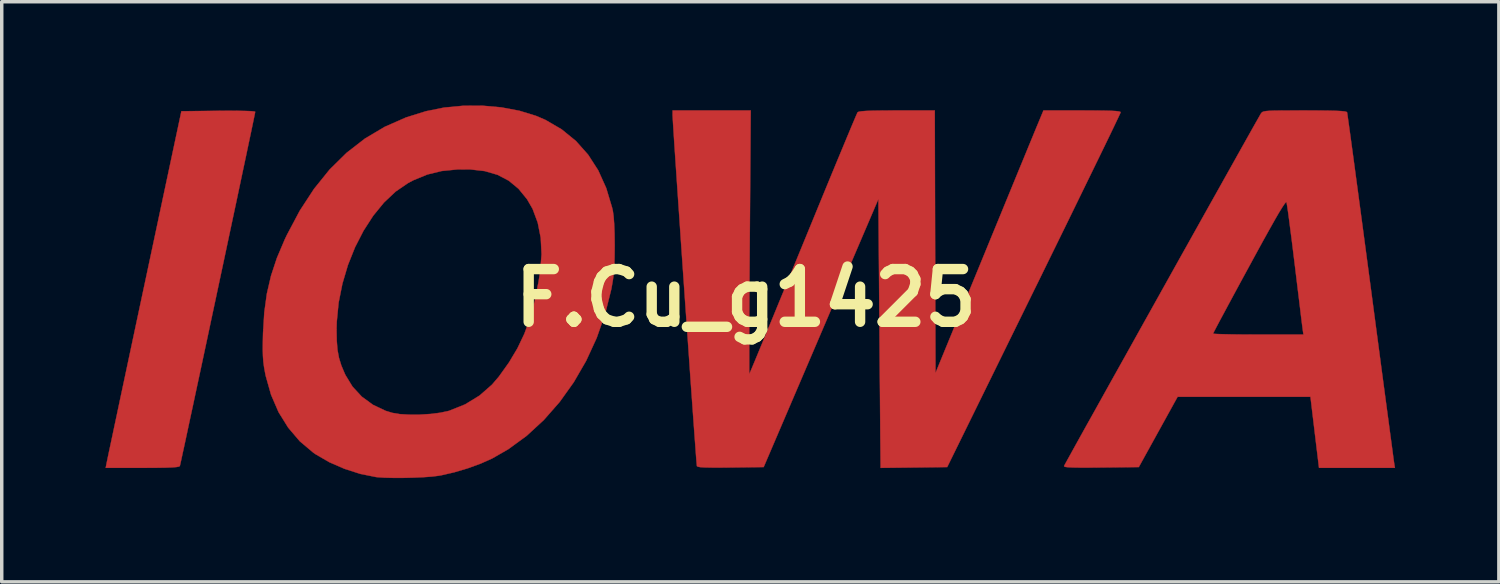
<source format=kicad_pcb>
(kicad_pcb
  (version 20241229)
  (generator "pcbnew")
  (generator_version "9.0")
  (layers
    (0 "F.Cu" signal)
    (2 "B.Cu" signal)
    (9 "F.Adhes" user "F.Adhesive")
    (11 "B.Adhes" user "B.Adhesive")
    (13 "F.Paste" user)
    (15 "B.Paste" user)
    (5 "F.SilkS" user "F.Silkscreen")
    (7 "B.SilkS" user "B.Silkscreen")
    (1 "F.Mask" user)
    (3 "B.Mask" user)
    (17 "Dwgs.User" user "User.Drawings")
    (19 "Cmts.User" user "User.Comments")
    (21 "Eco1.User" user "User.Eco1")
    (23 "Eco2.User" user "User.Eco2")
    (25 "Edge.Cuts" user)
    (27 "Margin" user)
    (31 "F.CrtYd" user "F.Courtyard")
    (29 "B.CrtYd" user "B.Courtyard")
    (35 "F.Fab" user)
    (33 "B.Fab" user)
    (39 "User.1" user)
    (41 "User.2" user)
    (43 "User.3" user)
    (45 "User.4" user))
  (footprint "F.Cu_g1425"
    (layer "F.Cu")
    (at 18.509 5.562)
    (property "Reference" "F.Cu_g1425" (at 0 0 0) (layer "F.SilkS") (effects (font (size 1.524 1.524) (thickness 0.3))))
    (attr through_hole)
    (fp_poly (pts (xy -14.682 -5.409) (xy -14.463 -5.405) (xy -14.3 -5.399) (xy -14.204 -5.39) (xy -14.182 -5.382) (xy -14.19 -5.336) (xy -14.215 -5.214) (xy -14.255 -5.021) (xy -14.309 -4.763) (xy -14.376 -4.447) (xy -14.453 -4.079) (xy -14.541 -3.665) (xy -14.637 -3.211) (xy -14.74 -2.723) (xy -14.85 -2.208) (xy -14.964 -1.67) (xy -15.081 -1.118) (xy -15.201 -0.556) (xy -15.321 0.009) (xy -15.441 0.571) (xy -15.558 1.124) (xy -15.673 1.662) (xy -15.783 2.178) (xy -15.888 2.667) (xy -15.985 3.123) (xy -16.075 3.539) (xy -16.154 3.909) (xy -16.222 4.227) (xy -16.279 4.487) (xy -16.321 4.683) (xy -16.349 4.808) (xy -16.361 4.858) (xy -16.361 4.858) (xy -16.388 4.875) (xy -16.459 4.888) (xy -16.582 4.898) (xy -16.765 4.905) (xy -17.015 4.909) (xy -17.34 4.911) (xy -17.442 4.911) (xy -18.504 4.911) (xy -18.477 4.773) (xy -18.465 4.715) (xy -18.437 4.579) (xy -18.393 4.371) (xy -18.334 4.095) (xy -18.263 3.758) (xy -18.179 3.364) (xy -18.085 2.918) (xy -17.98 2.426) (xy -17.867 1.894) (xy -17.746 1.325) (xy -17.619 0.726) (xy -17.486 0.101) (xy -17.383 -0.381) (xy -16.316 -5.397) (xy -15.249 -5.409) (xy -14.947 -5.411) (xy -14.682 -5.409)) (stroke (width 0.01) (type solid)) (fill yes) (layer "F.Cu"))
    (fp_poly (pts (xy 16.523 -5.418) (xy 16.817 -5.415) (xy 17.04 -5.41) (xy 17.201 -5.402) (xy 17.306 -5.392) (xy 17.362 -5.378) (xy 17.378 -5.366) (xy 17.386 -5.318) (xy 17.404 -5.191) (xy 17.432 -4.991) (xy 17.469 -4.723) (xy 17.514 -4.391) (xy 17.567 -4.002) (xy 17.626 -3.561) (xy 17.692 -3.072) (xy 17.763 -2.541) (xy 17.839 -1.974) (xy 17.919 -1.375) (xy 18.002 -0.75) (xy 18.054 -0.36) (xy 18.139 0.281) (xy 18.221 0.9) (xy 18.3 1.493) (xy 18.374 2.053) (xy 18.444 2.576) (xy 18.508 3.055) (xy 18.566 3.486) (xy 18.616 3.863) (xy 18.659 4.181) (xy 18.693 4.435) (xy 18.717 4.618) (xy 18.732 4.726) (xy 18.736 4.752) (xy 18.761 4.911) (xy 16.567 4.911) (xy 16.443 3.884) (xy 16.32 2.857) (xy 12.48 2.857) (xy 11.919 3.873) (xy 11.358 4.889) (xy 10.267 4.901) (xy 9.926 4.904) (xy 9.661 4.904) (xy 9.465 4.901) (xy 9.329 4.895) (xy 9.244 4.886) (xy 9.204 4.873) (xy 9.198 4.857) (xy 9.221 4.814) (xy 9.282 4.703) (xy 9.379 4.528) (xy 9.508 4.294) (xy 9.667 4.008) (xy 9.853 3.673) (xy 10.064 3.296) (xy 10.295 2.881) (xy 10.544 2.434) (xy 10.809 1.96) (xy 11.086 1.464) (xy 11.327 1.032) (xy 13.504 1.032) (xy 13.545 1.038) (xy 13.66 1.044) (xy 13.839 1.049) (xy 14.073 1.054) (xy 14.35 1.057) (xy 14.661 1.058) (xy 14.811 1.058) (xy 16.117 1.058) (xy 16.103 0.963) (xy 16.095 0.902) (xy 16.077 0.765) (xy 16.052 0.564) (xy 16.021 0.306) (xy 15.984 0.001) (xy 15.942 -0.341) (xy 15.897 -0.712) (xy 15.873 -0.91) (xy 15.826 -1.291) (xy 15.782 -1.648) (xy 15.74 -1.971) (xy 15.704 -2.252) (xy 15.673 -2.481) (xy 15.648 -2.648) (xy 15.632 -2.746) (xy 15.628 -2.766) (xy 15.609 -2.764) (xy 15.569 -2.716) (xy 15.504 -2.618) (xy 15.411 -2.467) (xy 15.29 -2.258) (xy 15.138 -1.988) (xy 14.952 -1.654) (xy 14.731 -1.25) (xy 14.551 -0.919) (xy 14.349 -0.548) (xy 14.16 -0.199) (xy 13.988 0.12) (xy 13.836 0.403) (xy 13.708 0.641) (xy 13.608 0.83) (xy 13.54 0.96) (xy 13.507 1.025) (xy 13.504 1.032) (xy 11.327 1.032) (xy 11.372 0.95) (xy 11.665 0.426) (xy 11.962 -0.106) (xy 12.259 -0.638) (xy 12.554 -1.167) (xy 12.845 -1.686) (xy 13.127 -2.191) (xy 13.399 -2.677) (xy 13.657 -3.137) (xy 13.898 -3.568) (xy 14.12 -3.964) (xy 14.319 -4.32) (xy 14.493 -4.63) (xy 14.639 -4.89) (xy 14.754 -5.094) (xy 14.835 -5.236) (xy 14.878 -5.313) (xy 14.885 -5.323) (xy 14.904 -5.351) (xy 14.929 -5.373) (xy 14.969 -5.389) (xy 15.033 -5.401) (xy 15.132 -5.409) (xy 15.275 -5.415) (xy 15.471 -5.417) (xy 15.73 -5.418) (xy 16.062 -5.419) (xy 16.152 -5.419) (xy 16.523 -5.418)) (stroke (width 0.01) (type solid)) (fill yes) (layer "F.Cu"))
    (fp_poly (pts (xy -7.065 -5.508) (xy -6.544 -5.41) (xy -6.067 -5.264) (xy -5.792 -5.146) (xy -5.323 -4.872) (xy -4.912 -4.537) (xy -4.56 -4.142) (xy -4.267 -3.688) (xy -4.036 -3.176) (xy -3.865 -2.606) (xy -3.845 -2.519) (xy -3.823 -2.364) (xy -3.806 -2.139) (xy -3.795 -1.857) (xy -3.791 -1.532) (xy -3.791 -1.503) (xy -3.794 -1.186) (xy -3.802 -0.931) (xy -3.818 -0.715) (xy -3.843 -0.515) (xy -3.879 -0.308) (xy -3.888 -0.258) (xy -4.068 0.463) (xy -4.312 1.157) (xy -4.616 1.817) (xy -4.975 2.437) (xy -5.384 3.009) (xy -5.839 3.527) (xy -6.335 3.984) (xy -6.867 4.373) (xy -7.335 4.641) (xy -7.662 4.787) (xy -8.038 4.924) (xy -8.429 5.04) (xy -8.798 5.125) (xy -8.89 5.141) (xy -9.08 5.164) (xy -9.327 5.182) (xy -9.61 5.194) (xy -9.906 5.201) (xy -10.193 5.201) (xy -10.446 5.195) (xy -10.645 5.182) (xy -10.689 5.177) (xy -11.143 5.086) (xy -11.604 4.938) (xy -12.044 4.746) (xy -12.435 4.519) (xy -12.503 4.472) (xy -12.893 4.143) (xy -13.228 3.75) (xy -13.507 3.301) (xy -13.724 2.799) (xy -13.879 2.251) (xy -13.892 2.186) (xy -13.925 2.008) (xy -13.947 1.845) (xy -13.959 1.675) (xy -13.964 1.477) (xy -13.961 1.231) (xy -13.956 1.016) (xy -13.949 0.91) (xy -11.831 0.91) (xy -11.825 1.235) (xy -11.804 1.501) (xy -11.761 1.731) (xy -11.693 1.952) (xy -11.594 2.186) (xy -11.575 2.227) (xy -11.37 2.563) (xy -11.101 2.854) (xy -10.777 3.09) (xy -10.412 3.263) (xy -10.218 3.322) (xy -10.002 3.358) (xy -9.73 3.374) (xy -9.429 3.373) (xy -9.123 3.354) (xy -8.839 3.319) (xy -8.603 3.269) (xy -8.572 3.26) (xy -8.112 3.075) (xy -7.697 2.821) (xy -7.336 2.504) (xy -7.137 2.271) (xy -6.845 1.862) (xy -6.602 1.455) (xy -6.401 1.033) (xy -6.237 0.581) (xy -6.102 0.084) (xy -5.992 -0.473) (xy -5.945 -0.766) (xy -5.905 -1.262) (xy -5.929 -1.736) (xy -6.016 -2.177) (xy -6.164 -2.575) (xy -6.325 -2.854) (xy -6.571 -3.155) (xy -6.853 -3.389) (xy -7.177 -3.559) (xy -7.548 -3.667) (xy -7.973 -3.716) (xy -8.335 -3.715) (xy -8.792 -3.669) (xy -9.206 -3.568) (xy -9.604 -3.405) (xy -9.762 -3.322) (xy -10.121 -3.077) (xy -10.459 -2.759) (xy -10.771 -2.377) (xy -11.052 -1.942) (xy -11.297 -1.464) (xy -11.502 -0.951) (xy -11.661 -0.415) (xy -11.771 0.135) (xy -11.825 0.69) (xy -11.831 0.91) (xy -13.949 0.91) (xy -13.92 0.419) (xy -13.845 -0.125) (xy -13.725 -0.642) (xy -13.555 -1.156) (xy -13.327 -1.693) (xy -13.269 -1.815) (xy -12.894 -2.522) (xy -12.481 -3.154) (xy -12.031 -3.712) (xy -11.541 -4.195) (xy -11.01 -4.607) (xy -10.437 -4.947) (xy -9.821 -5.218) (xy -9.247 -5.397) (xy -8.721 -5.503) (xy -8.17 -5.555) (xy -7.613 -5.557) (xy -7.065 -5.508)) (stroke (width 0.01) (type solid)) (fill yes) (layer "F.Cu"))
    (fp_poly (pts (xy 0.113 -1.601) (xy 0.109 -1.041) (xy 0.105 -0.507) (xy 0.102 -0.003) (xy 0.1 0.464) (xy 0.098 0.888) (xy 0.097 1.263) (xy 0.097 1.583) (xy 0.097 1.843) (xy 0.097 2.036) (xy 0.099 2.156) (xy 0.101 2.198) (xy 0.101 2.198) (xy 0.119 2.157) (xy 0.167 2.043) (xy 0.243 1.862) (xy 0.344 1.618) (xy 0.468 1.318) (xy 0.613 0.966) (xy 0.777 0.569) (xy 0.957 0.13) (xy 1.152 -0.343) (xy 1.358 -0.846) (xy 1.575 -1.374) (xy 1.654 -1.566) (xy 1.874 -2.102) (xy 2.085 -2.616) (xy 2.285 -3.103) (xy 2.472 -3.557) (xy 2.644 -3.973) (xy 2.799 -4.345) (xy 2.933 -4.668) (xy 3.045 -4.936) (xy 3.133 -5.144) (xy 3.194 -5.287) (xy 3.226 -5.359) (xy 3.23 -5.366) (xy 3.265 -5.383) (xy 3.346 -5.396) (xy 3.48 -5.406) (xy 3.674 -5.413) (xy 3.937 -5.417) (xy 4.276 -5.419) (xy 4.365 -5.419) (xy 5.461 -5.419) (xy 5.471 -1.625) (xy 5.482 2.168) (xy 6.897 -1.276) (xy 7.111 -1.798) (xy 7.319 -2.303) (xy 7.517 -2.786) (xy 7.704 -3.241) (xy 7.876 -3.66) (xy 8.032 -4.038) (xy 8.167 -4.367) (xy 8.281 -4.643) (xy 8.369 -4.857) (xy 8.43 -5.005) (xy 8.457 -5.069) (xy 8.602 -5.419) (xy 9.72 -5.419) (xy 10.072 -5.418) (xy 10.347 -5.415) (xy 10.552 -5.41) (xy 10.696 -5.402) (xy 10.785 -5.391) (xy 10.828 -5.377) (xy 10.834 -5.366) (xy 10.815 -5.322) (xy 10.761 -5.207) (xy 10.674 -5.024) (xy 10.557 -4.78) (xy 10.41 -4.476) (xy 10.237 -4.12) (xy 10.039 -3.714) (xy 9.819 -3.263) (xy 9.579 -2.771) (xy 9.322 -2.244) (xy 9.048 -1.685) (xy 8.761 -1.1) (xy 8.463 -0.491) (xy 8.325 -0.212) (xy 5.82 4.889) (xy 4.857 4.901) (xy 3.895 4.912) (xy 3.889 4.245) (xy 3.887 4.092) (xy 3.885 3.864) (xy 3.883 3.568) (xy 3.88 3.212) (xy 3.877 2.805) (xy 3.873 2.356) (xy 3.869 1.873) (xy 3.865 1.364) (xy 3.861 0.838) (xy 3.857 0.36) (xy 3.831 -2.857) (xy 2.173 1.016) (xy 0.515 4.889) (xy -0.442 4.901) (xy -0.766 4.904) (xy -1.014 4.903) (xy -1.194 4.899) (xy -1.315 4.891) (xy -1.386 4.878) (xy -1.414 4.861) (xy -1.415 4.859) (xy -1.42 4.81) (xy -1.431 4.683) (xy -1.446 4.485) (xy -1.465 4.221) (xy -1.489 3.898) (xy -1.516 3.523) (xy -1.546 3.101) (xy -1.579 2.639) (xy -1.614 2.144) (xy -1.65 1.621) (xy -1.688 1.077) (xy -1.727 0.519) (xy -1.767 -0.048) (xy -1.806 -0.616) (xy -1.845 -1.18) (xy -1.883 -1.732) (xy -1.919 -2.268) (xy -1.954 -2.78) (xy -1.987 -3.262) (xy -2.017 -3.708) (xy -2.044 -4.111) (xy -2.068 -4.466) (xy -2.087 -4.765) (xy -2.102 -5.002) (xy -2.112 -5.171) (xy -2.117 -5.265) (xy -2.118 -5.281) (xy -2.117 -5.419) (xy 0.141 -5.419) (xy 0.113 -1.601)) (stroke (width 0.01) (type solid)) (fill yes) (layer "F.Cu")))
  (gr_rect
    (start -3 -3)
    (end 40.275 13.768)
    (stroke (width 0.1) (type default))
    (fill no)
    (layer "Edge.Cuts")))
</source>
